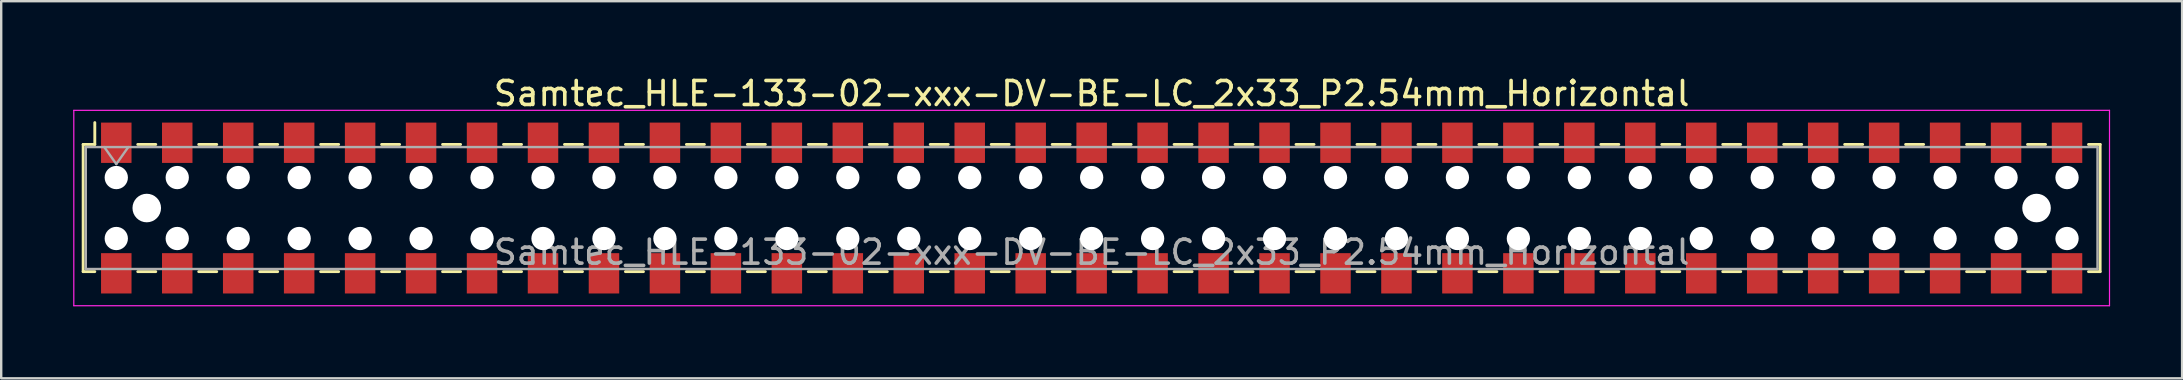
<source format=kicad_pcb>
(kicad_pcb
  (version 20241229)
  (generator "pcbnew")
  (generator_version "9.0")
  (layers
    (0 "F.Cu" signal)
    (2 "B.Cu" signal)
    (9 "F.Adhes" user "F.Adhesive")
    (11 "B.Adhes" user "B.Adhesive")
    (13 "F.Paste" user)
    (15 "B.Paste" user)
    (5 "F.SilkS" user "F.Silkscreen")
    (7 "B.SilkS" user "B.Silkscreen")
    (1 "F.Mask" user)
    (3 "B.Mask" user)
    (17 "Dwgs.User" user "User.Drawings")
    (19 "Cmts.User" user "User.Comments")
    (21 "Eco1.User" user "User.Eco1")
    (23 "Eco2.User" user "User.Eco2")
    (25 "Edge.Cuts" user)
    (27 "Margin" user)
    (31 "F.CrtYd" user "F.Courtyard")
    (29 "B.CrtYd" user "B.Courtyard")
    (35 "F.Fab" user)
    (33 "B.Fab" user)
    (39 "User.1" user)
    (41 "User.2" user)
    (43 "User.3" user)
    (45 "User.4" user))
  (footprint "Samtec_HLE-133-02-xxx-DV-BE-LC_2x33_P2.54mm_Horizontal"
    (layer "F.Cu")
    (at 42.435 5.618)
    (property "Reference" "Samtec_HLE-133-02-xxx-DV-BE-LC_2x33_P2.54mm_Horizontal" (at 0 -4.77 0) (layer "F.SilkS") (effects (font (size 1 1) (thickness 0.15))))
    (attr smd)
    (fp_line (start -42.02 -2.65) (end -42.02 2.65) (stroke (width 0.12) (type solid)) (layer "F.SilkS"))
    (fp_line (start -42.02 2.65) (end -41.535 2.65) (stroke (width 0.12) (type solid)) (layer "F.SilkS"))
    (fp_line (start -41.535 -3.56) (end -41.535 -2.65) (stroke (width 0.12) (type solid)) (layer "F.SilkS"))
    (fp_line (start -41.535 -2.65) (end -42.02 -2.65) (stroke (width 0.12) (type solid)) (layer "F.SilkS"))
    (fp_line (start -39.745 -2.65) (end -38.995 -2.65) (stroke (width 0.12) (type solid)) (layer "F.SilkS"))
    (fp_line (start -39.745 2.65) (end -38.995 2.65) (stroke (width 0.12) (type solid)) (layer "F.SilkS"))
    (fp_line (start -37.205 -2.65) (end -36.455 -2.65) (stroke (width 0.12) (type solid)) (layer "F.SilkS"))
    (fp_line (start -37.205 2.65) (end -36.455 2.65) (stroke (width 0.12) (type solid)) (layer "F.SilkS"))
    (fp_line (start -34.665 -2.65) (end -33.915 -2.65) (stroke (width 0.12) (type solid)) (layer "F.SilkS"))
    (fp_line (start -34.665 2.65) (end -33.915 2.65) (stroke (width 0.12) (type solid)) (layer "F.SilkS"))
    (fp_line (start -32.125 -2.65) (end -31.375 -2.65) (stroke (width 0.12) (type solid)) (layer "F.SilkS"))
    (fp_line (start -32.125 2.65) (end -31.375 2.65) (stroke (width 0.12) (type solid)) (layer "F.SilkS"))
    (fp_line (start -29.585 -2.65) (end -28.835 -2.65) (stroke (width 0.12) (type solid)) (layer "F.SilkS"))
    (fp_line (start -29.585 2.65) (end -28.835 2.65) (stroke (width 0.12) (type solid)) (layer "F.SilkS"))
    (fp_line (start -27.045 -2.65) (end -26.295 -2.65) (stroke (width 0.12) (type solid)) (layer "F.SilkS"))
    (fp_line (start -27.045 2.65) (end -26.295 2.65) (stroke (width 0.12) (type solid)) (layer "F.SilkS"))
    (fp_line (start -24.505 -2.65) (end -23.755 -2.65) (stroke (width 0.12) (type solid)) (layer "F.SilkS"))
    (fp_line (start -24.505 2.65) (end -23.755 2.65) (stroke (width 0.12) (type solid)) (layer "F.SilkS"))
    (fp_line (start -21.965 -2.65) (end -21.215 -2.65) (stroke (width 0.12) (type solid)) (layer "F.SilkS"))
    (fp_line (start -21.965 2.65) (end -21.215 2.65) (stroke (width 0.12) (type solid)) (layer "F.SilkS"))
    (fp_line (start -19.425 -2.65) (end -18.675 -2.65) (stroke (width 0.12) (type solid)) (layer "F.SilkS"))
    (fp_line (start -19.425 2.65) (end -18.675 2.65) (stroke (width 0.12) (type solid)) (layer "F.SilkS"))
    (fp_line (start -16.885 -2.65) (end -16.135 -2.65) (stroke (width 0.12) (type solid)) (layer "F.SilkS"))
    (fp_line (start -16.885 2.65) (end -16.135 2.65) (stroke (width 0.12) (type solid)) (layer "F.SilkS"))
    (fp_line (start -14.345 -2.65) (end -13.595 -2.65) (stroke (width 0.12) (type solid)) (layer "F.SilkS"))
    (fp_line (start -14.345 2.65) (end -13.595 2.65) (stroke (width 0.12) (type solid)) (layer "F.SilkS"))
    (fp_line (start -11.805 -2.65) (end -11.055 -2.65) (stroke (width 0.12) (type solid)) (layer "F.SilkS"))
    (fp_line (start -11.805 2.65) (end -11.055 2.65) (stroke (width 0.12) (type solid)) (layer "F.SilkS"))
    (fp_line (start -9.265 -2.65) (end -8.515 -2.65) (stroke (width 0.12) (type solid)) (layer "F.SilkS"))
    (fp_line (start -9.265 2.65) (end -8.515 2.65) (stroke (width 0.12) (type solid)) (layer "F.SilkS"))
    (fp_line (start -6.725 -2.65) (end -5.975 -2.65) (stroke (width 0.12) (type solid)) (layer "F.SilkS"))
    (fp_line (start -6.725 2.65) (end -5.975 2.65) (stroke (width 0.12) (type solid)) (layer "F.SilkS"))
    (fp_line (start -4.185 -2.65) (end -3.435 -2.65) (stroke (width 0.12) (type solid)) (layer "F.SilkS"))
    (fp_line (start -4.185 2.65) (end -3.435 2.65) (stroke (width 0.12) (type solid)) (layer "F.SilkS"))
    (fp_line (start -1.645 -2.65) (end -0.895 -2.65) (stroke (width 0.12) (type solid)) (layer "F.SilkS"))
    (fp_line (start -1.645 2.65) (end -0.895 2.65) (stroke (width 0.12) (type solid)) (layer "F.SilkS"))
    (fp_line (start 0.895 -2.65) (end 1.645 -2.65) (stroke (width 0.12) (type solid)) (layer "F.SilkS"))
    (fp_line (start 0.895 2.65) (end 1.645 2.65) (stroke (width 0.12) (type solid)) (layer "F.SilkS"))
    (fp_line (start 3.435 -2.65) (end 4.185 -2.65) (stroke (width 0.12) (type solid)) (layer "F.SilkS"))
    (fp_line (start 3.435 2.65) (end 4.185 2.65) (stroke (width 0.12) (type solid)) (layer "F.SilkS"))
    (fp_line (start 5.975 -2.65) (end 6.725 -2.65) (stroke (width 0.12) (type solid)) (layer "F.SilkS"))
    (fp_line (start 5.975 2.65) (end 6.725 2.65) (stroke (width 0.12) (type solid)) (layer "F.SilkS"))
    (fp_line (start 8.515 -2.65) (end 9.265 -2.65) (stroke (width 0.12) (type solid)) (layer "F.SilkS"))
    (fp_line (start 8.515 2.65) (end 9.265 2.65) (stroke (width 0.12) (type solid)) (layer "F.SilkS"))
    (fp_line (start 11.055 -2.65) (end 11.805 -2.65) (stroke (width 0.12) (type solid)) (layer "F.SilkS"))
    (fp_line (start 11.055 2.65) (end 11.805 2.65) (stroke (width 0.12) (type solid)) (layer "F.SilkS"))
    (fp_line (start 13.595 -2.65) (end 14.345 -2.65) (stroke (width 0.12) (type solid)) (layer "F.SilkS"))
    (fp_line (start 13.595 2.65) (end 14.345 2.65) (stroke (width 0.12) (type solid)) (layer "F.SilkS"))
    (fp_line (start 16.135 -2.65) (end 16.885 -2.65) (stroke (width 0.12) (type solid)) (layer "F.SilkS"))
    (fp_line (start 16.135 2.65) (end 16.885 2.65) (stroke (width 0.12) (type solid)) (layer "F.SilkS"))
    (fp_line (start 18.675 -2.65) (end 19.425 -2.65) (stroke (width 0.12) (type solid)) (layer "F.SilkS"))
    (fp_line (start 18.675 2.65) (end 19.425 2.65) (stroke (width 0.12) (type solid)) (layer "F.SilkS"))
    (fp_line (start 21.215 -2.65) (end 21.965 -2.65) (stroke (width 0.12) (type solid)) (layer "F.SilkS"))
    (fp_line (start 21.215 2.65) (end 21.965 2.65) (stroke (width 0.12) (type solid)) (layer "F.SilkS"))
    (fp_line (start 23.755 -2.65) (end 24.505 -2.65) (stroke (width 0.12) (type solid)) (layer "F.SilkS"))
    (fp_line (start 23.755 2.65) (end 24.505 2.65) (stroke (width 0.12) (type solid)) (layer "F.SilkS"))
    (fp_line (start 26.295 -2.65) (end 27.045 -2.65) (stroke (width 0.12) (type solid)) (layer "F.SilkS"))
    (fp_line (start 26.295 2.65) (end 27.045 2.65) (stroke (width 0.12) (type solid)) (layer "F.SilkS"))
    (fp_line (start 28.835 -2.65) (end 29.585 -2.65) (stroke (width 0.12) (type solid)) (layer "F.SilkS"))
    (fp_line (start 28.835 2.65) (end 29.585 2.65) (stroke (width 0.12) (type solid)) (layer "F.SilkS"))
    (fp_line (start 31.375 -2.65) (end 32.125 -2.65) (stroke (width 0.12) (type solid)) (layer "F.SilkS"))
    (fp_line (start 31.375 2.65) (end 32.125 2.65) (stroke (width 0.12) (type solid)) (layer "F.SilkS"))
    (fp_line (start 33.915 -2.65) (end 34.665 -2.65) (stroke (width 0.12) (type solid)) (layer "F.SilkS"))
    (fp_line (start 33.915 2.65) (end 34.665 2.65) (stroke (width 0.12) (type solid)) (layer "F.SilkS"))
    (fp_line (start 36.455 -2.65) (end 37.205 -2.65) (stroke (width 0.12) (type solid)) (layer "F.SilkS"))
    (fp_line (start 36.455 2.65) (end 37.205 2.65) (stroke (width 0.12) (type solid)) (layer "F.SilkS"))
    (fp_line (start 38.995 -2.65) (end 39.745 -2.65) (stroke (width 0.12) (type solid)) (layer "F.SilkS"))
    (fp_line (start 38.995 2.65) (end 39.745 2.65) (stroke (width 0.12) (type solid)) (layer "F.SilkS"))
    (fp_line (start 41.535 -2.65) (end 42.02 -2.65) (stroke (width 0.12) (type solid)) (layer "F.SilkS"))
    (fp_line (start 42.02 -2.65) (end 42.02 2.65) (stroke (width 0.12) (type solid)) (layer "F.SilkS"))
    (fp_line (start 42.02 2.65) (end 41.535 2.65) (stroke (width 0.12) (type solid)) (layer "F.SilkS"))
    (fp_line (start -42.41 -4.07) (end 42.41 -4.07) (stroke (width 0.05) (type solid)) (layer "F.CrtYd"))
    (fp_line (start -42.41 4.07) (end -42.41 -4.07) (stroke (width 0.05) (type solid)) (layer "F.CrtYd"))
    (fp_line (start 42.41 -4.07) (end 42.41 4.07) (stroke (width 0.05) (type solid)) (layer "F.CrtYd"))
    (fp_line (start 42.41 4.07) (end -42.41 4.07) (stroke (width 0.05) (type solid)) (layer "F.CrtYd"))
    (fp_line (start -41.91 -2.54) (end 41.91 -2.54) (stroke (width 0.1) (type solid)) (layer "F.Fab"))
    (fp_line (start -41.91 2.54) (end -41.91 -2.54) (stroke (width 0.1) (type solid)) (layer "F.Fab"))
    (fp_line (start -41.14 -2.54) (end -40.64 -1.833) (stroke (width 0.1) (type solid)) (layer "F.Fab"))
    (fp_line (start -40.64 -1.833) (end -40.14 -2.54) (stroke (width 0.1) (type solid)) (layer "F.Fab"))
    (fp_line (start 41.91 -2.54) (end 41.91 2.54) (stroke (width 0.1) (type solid)) (layer "F.Fab"))
    (fp_line (start 41.91 2.54) (end -41.91 2.54) (stroke (width 0.1) (type solid)) (layer "F.Fab"))
    (fp_text user "${REFERENCE}" (at 0 1.84 0) (layer "F.Fab") (effects (font (size 1 1) (thickness 0.15))))
    (pad "" np_thru_hole circle (at -40.64 -1.27) (size 0.97 0.97) (drill 0.97) (layers "*.Cu" "*.Mask"))
    (pad "" np_thru_hole circle (at -40.64 1.27) (size 0.97 0.97) (drill 0.97) (layers "*.Cu" "*.Mask"))
    (pad "" np_thru_hole circle (at -39.37 0) (size 1.19 1.19) (drill 1.19) (layers "*.Cu" "*.Mask"))
    (pad "" np_thru_hole circle (at -38.1 -1.27) (size 0.97 0.97) (drill 0.97) (layers "*.Cu" "*.Mask"))
    (pad "" np_thru_hole circle (at -38.1 1.27) (size 0.97 0.97) (drill 0.97) (layers "*.Cu" "*.Mask"))
    (pad "" np_thru_hole circle (at -35.56 -1.27) (size 0.97 0.97) (drill 0.97) (layers "*.Cu" "*.Mask"))
    (pad "" np_thru_hole circle (at -35.56 1.27) (size 0.97 0.97) (drill 0.97) (layers "*.Cu" "*.Mask"))
    (pad "" np_thru_hole circle (at -33.02 -1.27) (size 0.97 0.97) (drill 0.97) (layers "*.Cu" "*.Mask"))
    (pad "" np_thru_hole circle (at -33.02 1.27) (size 0.97 0.97) (drill 0.97) (layers "*.Cu" "*.Mask"))
    (pad "" np_thru_hole circle (at -30.48 -1.27) (size 0.97 0.97) (drill 0.97) (layers "*.Cu" "*.Mask"))
    (pad "" np_thru_hole circle (at -30.48 1.27) (size 0.97 0.97) (drill 0.97) (layers "*.Cu" "*.Mask"))
    (pad "" np_thru_hole circle (at -27.94 -1.27) (size 0.97 0.97) (drill 0.97) (layers "*.Cu" "*.Mask"))
    (pad "" np_thru_hole circle (at -27.94 1.27) (size 0.97 0.97) (drill 0.97) (layers "*.Cu" "*.Mask"))
    (pad "" np_thru_hole circle (at -25.4 -1.27) (size 0.97 0.97) (drill 0.97) (layers "*.Cu" "*.Mask"))
    (pad "" np_thru_hole circle (at -25.4 1.27) (size 0.97 0.97) (drill 0.97) (layers "*.Cu" "*.Mask"))
    (pad "" np_thru_hole circle (at -22.86 -1.27) (size 0.97 0.97) (drill 0.97) (layers "*.Cu" "*.Mask"))
    (pad "" np_thru_hole circle (at -22.86 1.27) (size 0.97 0.97) (drill 0.97) (layers "*.Cu" "*.Mask"))
    (pad "" np_thru_hole circle (at -20.32 -1.27) (size 0.97 0.97) (drill 0.97) (layers "*.Cu" "*.Mask"))
    (pad "" np_thru_hole circle (at -20.32 1.27) (size 0.97 0.97) (drill 0.97) (layers "*.Cu" "*.Mask"))
    (pad "" np_thru_hole circle (at -17.78 -1.27) (size 0.97 0.97) (drill 0.97) (layers "*.Cu" "*.Mask"))
    (pad "" np_thru_hole circle (at -17.78 1.27) (size 0.97 0.97) (drill 0.97) (layers "*.Cu" "*.Mask"))
    (pad "" np_thru_hole circle (at -15.24 -1.27) (size 0.97 0.97) (drill 0.97) (layers "*.Cu" "*.Mask"))
    (pad "" np_thru_hole circle (at -15.24 1.27) (size 0.97 0.97) (drill 0.97) (layers "*.Cu" "*.Mask"))
    (pad "" np_thru_hole circle (at -12.7 -1.27) (size 0.97 0.97) (drill 0.97) (layers "*.Cu" "*.Mask"))
    (pad "" np_thru_hole circle (at -12.7 1.27) (size 0.97 0.97) (drill 0.97) (layers "*.Cu" "*.Mask"))
    (pad "" np_thru_hole circle (at -10.16 -1.27) (size 0.97 0.97) (drill 0.97) (layers "*.Cu" "*.Mask"))
    (pad "" np_thru_hole circle (at -10.16 1.27) (size 0.97 0.97) (drill 0.97) (layers "*.Cu" "*.Mask"))
    (pad "" np_thru_hole circle (at -7.62 -1.27) (size 0.97 0.97) (drill 0.97) (layers "*.Cu" "*.Mask"))
    (pad "" np_thru_hole circle (at -7.62 1.27) (size 0.97 0.97) (drill 0.97) (layers "*.Cu" "*.Mask"))
    (pad "" np_thru_hole circle (at -5.08 -1.27) (size 0.97 0.97) (drill 0.97) (layers "*.Cu" "*.Mask"))
    (pad "" np_thru_hole circle (at -5.08 1.27) (size 0.97 0.97) (drill 0.97) (layers "*.Cu" "*.Mask"))
    (pad "" np_thru_hole circle (at -2.54 -1.27) (size 0.97 0.97) (drill 0.97) (layers "*.Cu" "*.Mask"))
    (pad "" np_thru_hole circle (at -2.54 1.27) (size 0.97 0.97) (drill 0.97) (layers "*.Cu" "*.Mask"))
    (pad "" np_thru_hole circle (at 0 -1.27) (size 0.97 0.97) (drill 0.97) (layers "*.Cu" "*.Mask"))
    (pad "" np_thru_hole circle (at 0 1.27) (size 0.97 0.97) (drill 0.97) (layers "*.Cu" "*.Mask"))
    (pad "" np_thru_hole circle (at 2.54 -1.27) (size 0.97 0.97) (drill 0.97) (layers "*.Cu" "*.Mask"))
    (pad "" np_thru_hole circle (at 2.54 1.27) (size 0.97 0.97) (drill 0.97) (layers "*.Cu" "*.Mask"))
    (pad "" np_thru_hole circle (at 5.08 -1.27) (size 0.97 0.97) (drill 0.97) (layers "*.Cu" "*.Mask"))
    (pad "" np_thru_hole circle (at 5.08 1.27) (size 0.97 0.97) (drill 0.97) (layers "*.Cu" "*.Mask"))
    (pad "" np_thru_hole circle (at 7.62 -1.27) (size 0.97 0.97) (drill 0.97) (layers "*.Cu" "*.Mask"))
    (pad "" np_thru_hole circle (at 7.62 1.27) (size 0.97 0.97) (drill 0.97) (layers "*.Cu" "*.Mask"))
    (pad "" np_thru_hole circle (at 10.16 -1.27) (size 0.97 0.97) (drill 0.97) (layers "*.Cu" "*.Mask"))
    (pad "" np_thru_hole circle (at 10.16 1.27) (size 0.97 0.97) (drill 0.97) (layers "*.Cu" "*.Mask"))
    (pad "" np_thru_hole circle (at 12.7 -1.27) (size 0.97 0.97) (drill 0.97) (layers "*.Cu" "*.Mask"))
    (pad "" np_thru_hole circle (at 12.7 1.27) (size 0.97 0.97) (drill 0.97) (layers "*.Cu" "*.Mask"))
    (pad "" np_thru_hole circle (at 15.24 -1.27) (size 0.97 0.97) (drill 0.97) (layers "*.Cu" "*.Mask"))
    (pad "" np_thru_hole circle (at 15.24 1.27) (size 0.97 0.97) (drill 0.97) (layers "*.Cu" "*.Mask"))
    (pad "" np_thru_hole circle (at 17.78 -1.27) (size 0.97 0.97) (drill 0.97) (layers "*.Cu" "*.Mask"))
    (pad "" np_thru_hole circle (at 17.78 1.27) (size 0.97 0.97) (drill 0.97) (layers "*.Cu" "*.Mask"))
    (pad "" np_thru_hole circle (at 20.32 -1.27) (size 0.97 0.97) (drill 0.97) (layers "*.Cu" "*.Mask"))
    (pad "" np_thru_hole circle (at 20.32 1.27) (size 0.97 0.97) (drill 0.97) (layers "*.Cu" "*.Mask"))
    (pad "" np_thru_hole circle (at 22.86 -1.27) (size 0.97 0.97) (drill 0.97) (layers "*.Cu" "*.Mask"))
    (pad "" np_thru_hole circle (at 22.86 1.27) (size 0.97 0.97) (drill 0.97) (layers "*.Cu" "*.Mask"))
    (pad "" np_thru_hole circle (at 25.4 -1.27) (size 0.97 0.97) (drill 0.97) (layers "*.Cu" "*.Mask"))
    (pad "" np_thru_hole circle (at 25.4 1.27) (size 0.97 0.97) (drill 0.97) (layers "*.Cu" "*.Mask"))
    (pad "" np_thru_hole circle (at 27.94 -1.27) (size 0.97 0.97) (drill 0.97) (layers "*.Cu" "*.Mask"))
    (pad "" np_thru_hole circle (at 27.94 1.27) (size 0.97 0.97) (drill 0.97) (layers "*.Cu" "*.Mask"))
    (pad "" np_thru_hole circle (at 30.48 -1.27) (size 0.97 0.97) (drill 0.97) (layers "*.Cu" "*.Mask"))
    (pad "" np_thru_hole circle (at 30.48 1.27) (size 0.97 0.97) (drill 0.97) (layers "*.Cu" "*.Mask"))
    (pad "" np_thru_hole circle (at 33.02 -1.27) (size 0.97 0.97) (drill 0.97) (layers "*.Cu" "*.Mask"))
    (pad "" np_thru_hole circle (at 33.02 1.27) (size 0.97 0.97) (drill 0.97) (layers "*.Cu" "*.Mask"))
    (pad "" np_thru_hole circle (at 35.56 -1.27) (size 0.97 0.97) (drill 0.97) (layers "*.Cu" "*.Mask"))
    (pad "" np_thru_hole circle (at 35.56 1.27) (size 0.97 0.97) (drill 0.97) (layers "*.Cu" "*.Mask"))
    (pad "" np_thru_hole circle (at 38.1 -1.27) (size 0.97 0.97) (drill 0.97) (layers "*.Cu" "*.Mask"))
    (pad "" np_thru_hole circle (at 38.1 1.27) (size 0.97 0.97) (drill 0.97) (layers "*.Cu" "*.Mask"))
    (pad "" np_thru_hole circle (at 39.37 0) (size 1.19 1.19) (drill 1.19) (layers "*.Cu" "*.Mask"))
    (pad "" np_thru_hole circle (at 40.64 -1.27) (size 0.97 0.97) (drill 0.97) (layers "*.Cu" "*.Mask"))
    (pad "" np_thru_hole circle (at 40.64 1.27) (size 0.97 0.97) (drill 0.97) (layers "*.Cu" "*.Mask"))
    (pad "1" smd rect (at -40.64 -2.72) (size 1.27 1.68) (layers "F.Cu" "F.Mask" "F.Paste"))
    (pad "2" smd rect (at -40.64 2.72) (size 1.27 1.68) (layers "F.Cu" "F.Mask" "F.Paste"))
    (pad "3" smd rect (at -38.1 -2.72) (size 1.27 1.68) (layers "F.Cu" "F.Mask" "F.Paste"))
    (pad "4" smd rect (at -38.1 2.72) (size 1.27 1.68) (layers "F.Cu" "F.Mask" "F.Paste"))
    (pad "5" smd rect (at -35.56 -2.72) (size 1.27 1.68) (layers "F.Cu" "F.Mask" "F.Paste"))
    (pad "6" smd rect (at -35.56 2.72) (size 1.27 1.68) (layers "F.Cu" "F.Mask" "F.Paste"))
    (pad "7" smd rect (at -33.02 -2.72) (size 1.27 1.68) (layers "F.Cu" "F.Mask" "F.Paste"))
    (pad "8" smd rect (at -33.02 2.72) (size 1.27 1.68) (layers "F.Cu" "F.Mask" "F.Paste"))
    (pad "9" smd rect (at -30.48 -2.72) (size 1.27 1.68) (layers "F.Cu" "F.Mask" "F.Paste"))
    (pad "10" smd rect (at -30.48 2.72) (size 1.27 1.68) (layers "F.Cu" "F.Mask" "F.Paste"))
    (pad "11" smd rect (at -27.94 -2.72) (size 1.27 1.68) (layers "F.Cu" "F.Mask" "F.Paste"))
    (pad "12" smd rect (at -27.94 2.72) (size 1.27 1.68) (layers "F.Cu" "F.Mask" "F.Paste"))
    (pad "13" smd rect (at -25.4 -2.72) (size 1.27 1.68) (layers "F.Cu" "F.Mask" "F.Paste"))
    (pad "14" smd rect (at -25.4 2.72) (size 1.27 1.68) (layers "F.Cu" "F.Mask" "F.Paste"))
    (pad "15" smd rect (at -22.86 -2.72) (size 1.27 1.68) (layers "F.Cu" "F.Mask" "F.Paste"))
    (pad "16" smd rect (at -22.86 2.72) (size 1.27 1.68) (layers "F.Cu" "F.Mask" "F.Paste"))
    (pad "17" smd rect (at -20.32 -2.72) (size 1.27 1.68) (layers "F.Cu" "F.Mask" "F.Paste"))
    (pad "18" smd rect (at -20.32 2.72) (size 1.27 1.68) (layers "F.Cu" "F.Mask" "F.Paste"))
    (pad "19" smd rect (at -17.78 -2.72) (size 1.27 1.68) (layers "F.Cu" "F.Mask" "F.Paste"))
    (pad "20" smd rect (at -17.78 2.72) (size 1.27 1.68) (layers "F.Cu" "F.Mask" "F.Paste"))
    (pad "21" smd rect (at -15.24 -2.72) (size 1.27 1.68) (layers "F.Cu" "F.Mask" "F.Paste"))
    (pad "22" smd rect (at -15.24 2.72) (size 1.27 1.68) (layers "F.Cu" "F.Mask" "F.Paste"))
    (pad "23" smd rect (at -12.7 -2.72) (size 1.27 1.68) (layers "F.Cu" "F.Mask" "F.Paste"))
    (pad "24" smd rect (at -12.7 2.72) (size 1.27 1.68) (layers "F.Cu" "F.Mask" "F.Paste"))
    (pad "25" smd rect (at -10.16 -2.72) (size 1.27 1.68) (layers "F.Cu" "F.Mask" "F.Paste"))
    (pad "26" smd rect (at -10.16 2.72) (size 1.27 1.68) (layers "F.Cu" "F.Mask" "F.Paste"))
    (pad "27" smd rect (at -7.62 -2.72) (size 1.27 1.68) (layers "F.Cu" "F.Mask" "F.Paste"))
    (pad "28" smd rect (at -7.62 2.72) (size 1.27 1.68) (layers "F.Cu" "F.Mask" "F.Paste"))
    (pad "29" smd rect (at -5.08 -2.72) (size 1.27 1.68) (layers "F.Cu" "F.Mask" "F.Paste"))
    (pad "30" smd rect (at -5.08 2.72) (size 1.27 1.68) (layers "F.Cu" "F.Mask" "F.Paste"))
    (pad "31" smd rect (at -2.54 -2.72) (size 1.27 1.68) (layers "F.Cu" "F.Mask" "F.Paste"))
    (pad "32" smd rect (at -2.54 2.72) (size 1.27 1.68) (layers "F.Cu" "F.Mask" "F.Paste"))
    (pad "33" smd rect (at 0 -2.72) (size 1.27 1.68) (layers "F.Cu" "F.Mask" "F.Paste"))
    (pad "34" smd rect (at 0 2.72) (size 1.27 1.68) (layers "F.Cu" "F.Mask" "F.Paste"))
    (pad "35" smd rect (at 2.54 -2.72) (size 1.27 1.68) (layers "F.Cu" "F.Mask" "F.Paste"))
    (pad "36" smd rect (at 2.54 2.72) (size 1.27 1.68) (layers "F.Cu" "F.Mask" "F.Paste"))
    (pad "37" smd rect (at 5.08 -2.72) (size 1.27 1.68) (layers "F.Cu" "F.Mask" "F.Paste"))
    (pad "38" smd rect (at 5.08 2.72) (size 1.27 1.68) (layers "F.Cu" "F.Mask" "F.Paste"))
    (pad "39" smd rect (at 7.62 -2.72) (size 1.27 1.68) (layers "F.Cu" "F.Mask" "F.Paste"))
    (pad "40" smd rect (at 7.62 2.72) (size 1.27 1.68) (layers "F.Cu" "F.Mask" "F.Paste"))
    (pad "41" smd rect (at 10.16 -2.72) (size 1.27 1.68) (layers "F.Cu" "F.Mask" "F.Paste"))
    (pad "42" smd rect (at 10.16 2.72) (size 1.27 1.68) (layers "F.Cu" "F.Mask" "F.Paste"))
    (pad "43" smd rect (at 12.7 -2.72) (size 1.27 1.68) (layers "F.Cu" "F.Mask" "F.Paste"))
    (pad "44" smd rect (at 12.7 2.72) (size 1.27 1.68) (layers "F.Cu" "F.Mask" "F.Paste"))
    (pad "45" smd rect (at 15.24 -2.72) (size 1.27 1.68) (layers "F.Cu" "F.Mask" "F.Paste"))
    (pad "46" smd rect (at 15.24 2.72) (size 1.27 1.68) (layers "F.Cu" "F.Mask" "F.Paste"))
    (pad "47" smd rect (at 17.78 -2.72) (size 1.27 1.68) (layers "F.Cu" "F.Mask" "F.Paste"))
    (pad "48" smd rect (at 17.78 2.72) (size 1.27 1.68) (layers "F.Cu" "F.Mask" "F.Paste"))
    (pad "49" smd rect (at 20.32 -2.72) (size 1.27 1.68) (layers "F.Cu" "F.Mask" "F.Paste"))
    (pad "50" smd rect (at 20.32 2.72) (size 1.27 1.68) (layers "F.Cu" "F.Mask" "F.Paste"))
    (pad "51" smd rect (at 22.86 -2.72) (size 1.27 1.68) (layers "F.Cu" "F.Mask" "F.Paste"))
    (pad "52" smd rect (at 22.86 2.72) (size 1.27 1.68) (layers "F.Cu" "F.Mask" "F.Paste"))
    (pad "53" smd rect (at 25.4 -2.72) (size 1.27 1.68) (layers "F.Cu" "F.Mask" "F.Paste"))
    (pad "54" smd rect (at 25.4 2.72) (size 1.27 1.68) (layers "F.Cu" "F.Mask" "F.Paste"))
    (pad "55" smd rect (at 27.94 -2.72) (size 1.27 1.68) (layers "F.Cu" "F.Mask" "F.Paste"))
    (pad "56" smd rect (at 27.94 2.72) (size 1.27 1.68) (layers "F.Cu" "F.Mask" "F.Paste"))
    (pad "57" smd rect (at 30.48 -2.72) (size 1.27 1.68) (layers "F.Cu" "F.Mask" "F.Paste"))
    (pad "58" smd rect (at 30.48 2.72) (size 1.27 1.68) (layers "F.Cu" "F.Mask" "F.Paste"))
    (pad "59" smd rect (at 33.02 -2.72) (size 1.27 1.68) (layers "F.Cu" "F.Mask" "F.Paste"))
    (pad "60" smd rect (at 33.02 2.72) (size 1.27 1.68) (layers "F.Cu" "F.Mask" "F.Paste"))
    (pad "61" smd rect (at 35.56 -2.72) (size 1.27 1.68) (layers "F.Cu" "F.Mask" "F.Paste"))
    (pad "62" smd rect (at 35.56 2.72) (size 1.27 1.68) (layers "F.Cu" "F.Mask" "F.Paste"))
    (pad "63" smd rect (at 38.1 -2.72) (size 1.27 1.68) (layers "F.Cu" "F.Mask" "F.Paste"))
    (pad "64" smd rect (at 38.1 2.72) (size 1.27 1.68) (layers "F.Cu" "F.Mask" "F.Paste"))
    (pad "65" smd rect (at 40.64 -2.72) (size 1.27 1.68) (layers "F.Cu" "F.Mask" "F.Paste"))
    (pad "66" smd rect (at 40.64 2.72) (size 1.27 1.68) (layers "F.Cu" "F.Mask" "F.Paste")))
  (gr_rect
    (start -3 -3)
    (end 87.87 12.713)
    (stroke (width 0.1) (type default))
    (fill no)
    (layer "Edge.Cuts")))
</source>
